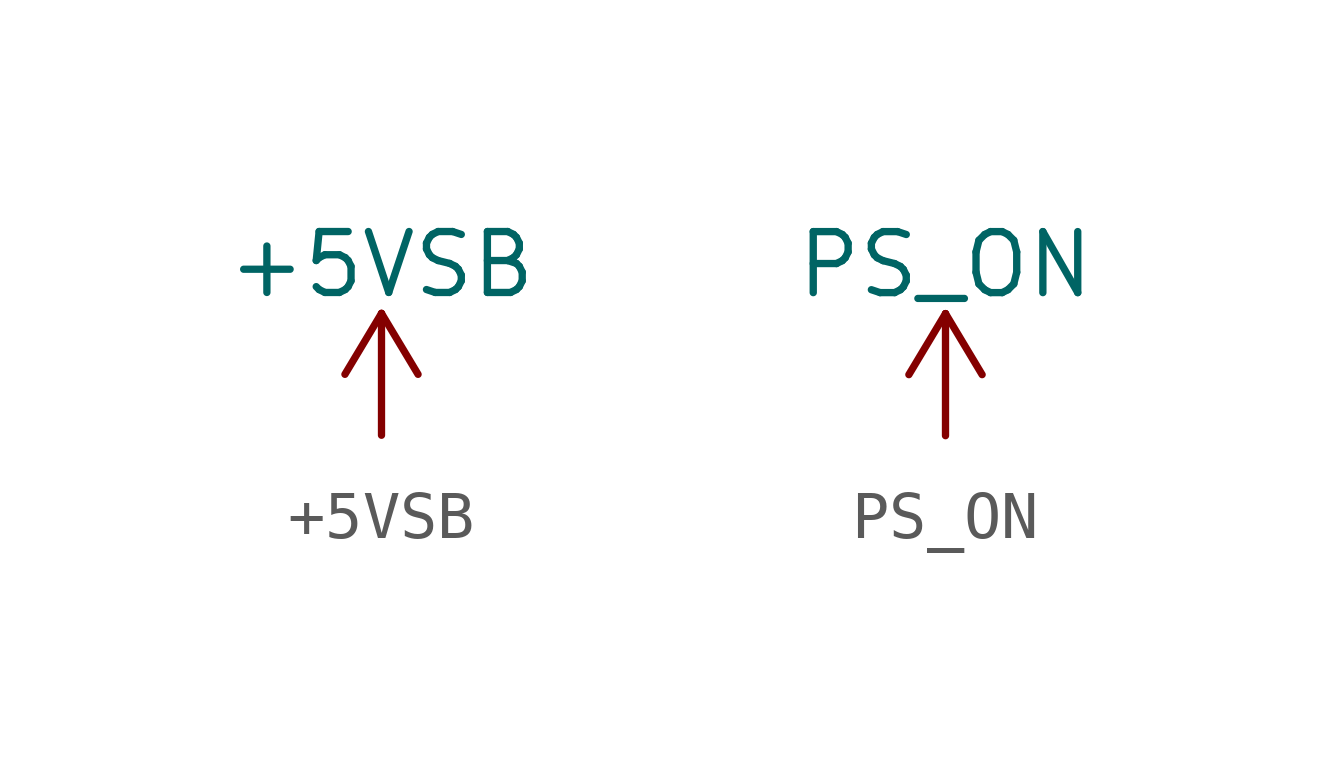
<source format=kicad_sym>
(kicad_symbol_lib
  (version 20220914)
  (generator kicad_symbol_editor)
  (symbol "+5VSB"
    (power)
    (pin_names
      (offset 0))
    (property "Reference" "#PWR"
      (at 0 -3.81 0)
      (effects (font (size 1.27 1.27)) hide))
    (property "Value" "+5VSB"
      (at 0 3.556 0)
      (effects (font (size 1.27 1.27))))
    (symbol "+5VSB_0_1"
      (polyline (pts (xy -0.762 1.27) (xy 0 2.54)) (stroke (width 0) (type default)) (fill (type none)))
      (polyline (pts (xy 0 0) (xy 0 2.54)) (stroke (width 0) (type default)) (fill (type none)))
      (polyline (pts (xy 0 2.54) (xy 0.762 1.27)) (stroke (width 0) (type default)) (fill (type none))))
    (symbol "+5VSB_1_1"
      (pin power_in line (at 0 0 90) (length 0) hide (name "+5VSB" (effects (font (size 1.27 1.27)))) (number "1" (effects (font (size 1.27 1.27)))))))
  (symbol "PS_ON"
    (power)
    (pin_names
      (offset 0))
    (property "Reference" "#PWR"
      (at 0 -3.81 0)
      (effects (font (size 1.27 1.27)) hide))
    (property "Value" "PS_ON"
      (at 0 3.556 0)
      (effects (font (size 1.27 1.27))))
    (symbol "PS_ON_0_1"
      (polyline (pts (xy 0 0) (xy 0 2.54)) (stroke (width 0) (type default)) (fill (type none)))
      (polyline (pts (xy 0 2.54) (xy 0.762 1.27)) (stroke (width 0) (type default)) (fill (type none))))
    (symbol "PS_ON_1_1"
      (polyline (pts (xy -0.762 1.27) (xy 0 2.54)) (stroke (width 0) (type default)) (fill (type none)))
      (pin power_in line (at 0 0 90) (length 0) hide (name "PS_ON" (effects (font (size 1.27 1.27)))) (number "1" (effects (font (size 1.27 1.27))))))))
</source>
